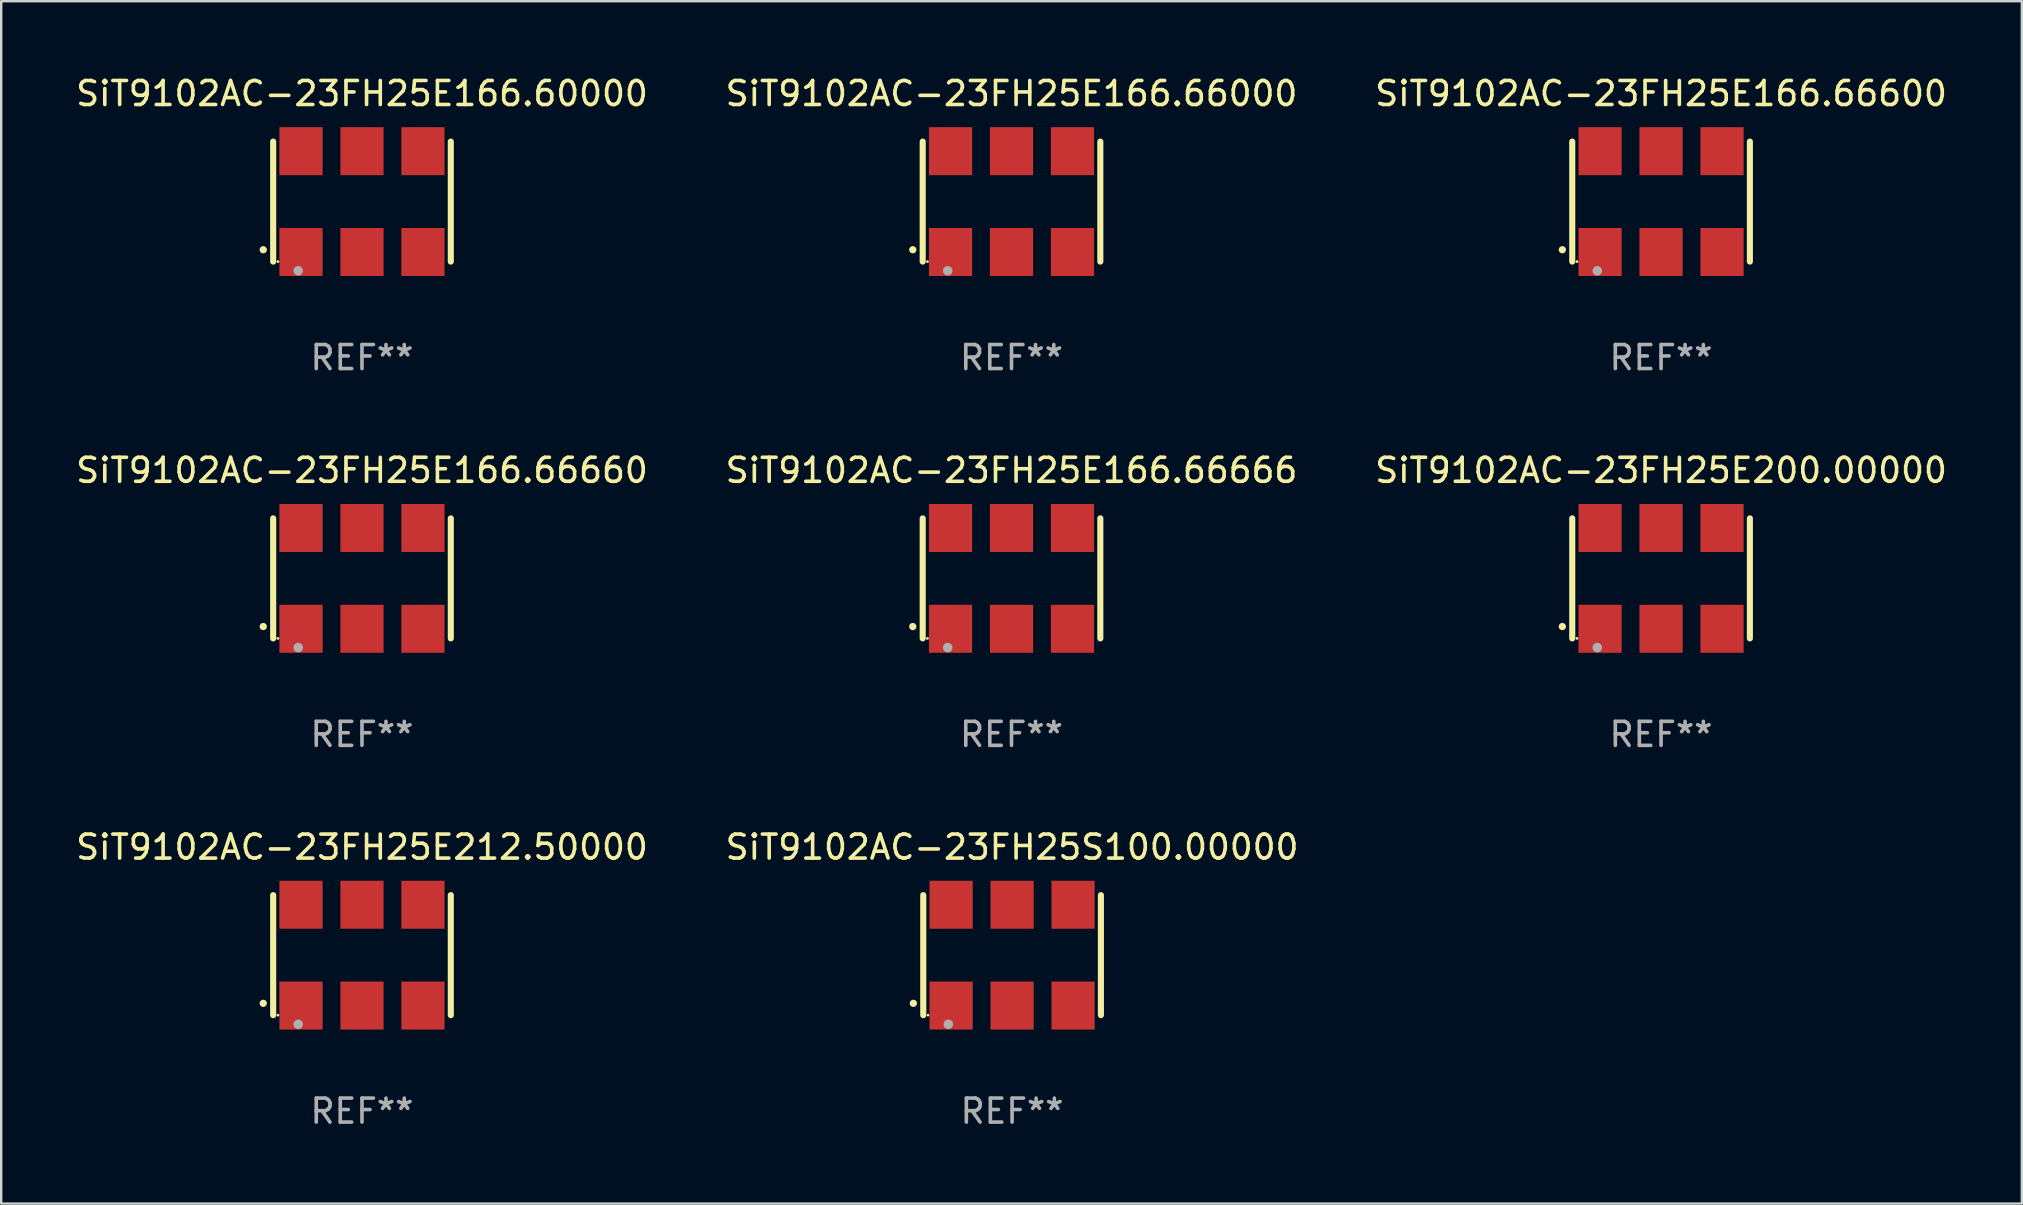
<source format=kicad_pcb>
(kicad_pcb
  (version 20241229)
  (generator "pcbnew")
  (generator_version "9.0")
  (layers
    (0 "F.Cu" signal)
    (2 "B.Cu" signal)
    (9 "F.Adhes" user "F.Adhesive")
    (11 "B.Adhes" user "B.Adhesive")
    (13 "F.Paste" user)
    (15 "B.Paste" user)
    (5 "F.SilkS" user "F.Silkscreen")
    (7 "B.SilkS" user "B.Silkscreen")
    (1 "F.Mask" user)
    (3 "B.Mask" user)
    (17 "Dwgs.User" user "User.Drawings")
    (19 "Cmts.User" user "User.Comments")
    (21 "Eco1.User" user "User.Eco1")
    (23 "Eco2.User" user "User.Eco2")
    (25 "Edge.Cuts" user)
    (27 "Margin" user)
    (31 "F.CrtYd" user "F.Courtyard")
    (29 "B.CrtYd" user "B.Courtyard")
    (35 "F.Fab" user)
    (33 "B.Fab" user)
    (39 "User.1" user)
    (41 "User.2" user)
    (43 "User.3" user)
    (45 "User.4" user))
  (footprint "SiT9102AC-23FH25E166.66600"
    (layer "F.Cu")
    (at 66.149 5.348)
    (property "Reference" "SiT9102AC-23FH25E166.66600" (at 0 -4.5 0) (layer "F.SilkS") (effects (font (size 1 1) (thickness 0.15))))
    (attr through_hole)
    (fp_line (start -3.7 -2.5) (end -3.7 2.5) (stroke (width 0.254) (type solid)) (layer "F.SilkS"))
    (fp_line (start 3.7 -2.5) (end 3.7 2.5) (stroke (width 0.254) (type solid)) (layer "F.SilkS"))
    (fp_arc (start -4.114415 2.006604) (mid -4.113145 2.006599) (end -4.111875 2.006604) (stroke (width 0.3) (type solid)) (layer "F.SilkS"))
    (fp_circle (center -3.502 2.5) (end -3.472 2.5) (stroke (width 0.06) (type solid)) (fill no) (layer "F.SilkS"))
    (fp_circle (center -2.657 2.882) (end -2.557 2.882) (stroke (width 0.2) (type solid)) (fill no) (layer "F.Fab"))
    (fp_text user "REF**" (at 0 6.5 0) (layer "F.Fab") (effects (font (size 1 1) (thickness 0.15))))
    (pad "1" smd rect (at -2.54 2.1) (size 1.8 2) (layers "F.Cu" "F.Mask" "F.Paste"))
    (pad "2" smd rect (at 0.000394 2.1) (size 1.8 2) (layers "F.Cu" "F.Mask" "F.Paste"))
    (pad "3" smd rect (at 2.54 2.1) (size 1.8 2) (layers "F.Cu" "F.Mask" "F.Paste"))
    (pad "4" smd rect (at 2.54 -2.1) (size 1.8 2) (layers "F.Cu" "F.Mask" "F.Paste"))
    (pad "5" smd rect (at 0.000394 -2.1) (size 1.8 2) (layers "F.Cu" "F.Mask" "F.Paste"))
    (pad "6" smd rect (at -2.54 -2.1) (size 1.8 2) (layers "F.Cu" "F.Mask" "F.Paste")))
  (footprint "SiT9102AC-23FH25S100.00000"
    (layer "F.Cu")
    (at 39.113 36.741)
    (property "Reference" "SiT9102AC-23FH25S100.00000" (at 0 -4.5 0) (layer "F.SilkS") (effects (font (size 1 1) (thickness 0.15))))
    (attr through_hole)
    (fp_line (start -3.7 -2.5) (end -3.7 2.5) (stroke (width 0.254) (type solid)) (layer "F.SilkS"))
    (fp_line (start 3.7 -2.5) (end 3.7 2.5) (stroke (width 0.254) (type solid)) (layer "F.SilkS"))
    (fp_arc (start -4.114415 2.006604) (mid -4.113145 2.006599) (end -4.111875 2.006604) (stroke (width 0.3) (type solid)) (layer "F.SilkS"))
    (fp_circle (center -3.502 2.5) (end -3.472 2.5) (stroke (width 0.06) (type solid)) (fill no) (layer "F.SilkS"))
    (fp_circle (center -2.657 2.882) (end -2.557 2.882) (stroke (width 0.2) (type solid)) (fill no) (layer "F.Fab"))
    (fp_text user "REF**" (at 0 6.5 0) (layer "F.Fab") (effects (font (size 1 1) (thickness 0.15))))
    (pad "1" smd rect (at -2.54 2.1) (size 1.8 2) (layers "F.Cu" "F.Mask" "F.Paste"))
    (pad "2" smd rect (at 0.000394 2.1) (size 1.8 2) (layers "F.Cu" "F.Mask" "F.Paste"))
    (pad "3" smd rect (at 2.54 2.1) (size 1.8 2) (layers "F.Cu" "F.Mask" "F.Paste"))
    (pad "4" smd rect (at 2.54 -2.1) (size 1.8 2) (layers "F.Cu" "F.Mask" "F.Paste"))
    (pad "5" smd rect (at 0.000394 -2.1) (size 1.8 2) (layers "F.Cu" "F.Mask" "F.Paste"))
    (pad "6" smd rect (at -2.54 -2.1) (size 1.8 2) (layers "F.Cu" "F.Mask" "F.Paste")))
  (footprint "SiT9102AC-23FH25E166.66666"
    (layer "F.Cu")
    (at 39.089 21.045)
    (property "Reference" "SiT9102AC-23FH25E166.66666" (at 0 -4.5 0) (layer "F.SilkS") (effects (font (size 1 1) (thickness 0.15))))
    (attr through_hole)
    (fp_line (start -3.7 -2.5) (end -3.7 2.5) (stroke (width 0.254) (type solid)) (layer "F.SilkS"))
    (fp_line (start 3.7 -2.5) (end 3.7 2.5) (stroke (width 0.254) (type solid)) (layer "F.SilkS"))
    (fp_arc (start -4.114415 2.006604) (mid -4.113145 2.006599) (end -4.111875 2.006604) (stroke (width 0.3) (type solid)) (layer "F.SilkS"))
    (fp_circle (center -3.502 2.5) (end -3.472 2.5) (stroke (width 0.06) (type solid)) (fill no) (layer "F.SilkS"))
    (fp_circle (center -2.657 2.882) (end -2.557 2.882) (stroke (width 0.2) (type solid)) (fill no) (layer "F.Fab"))
    (fp_text user "REF**" (at 0 6.5 0) (layer "F.Fab") (effects (font (size 1 1) (thickness 0.15))))
    (pad "1" smd rect (at -2.54 2.1) (size 1.8 2) (layers "F.Cu" "F.Mask" "F.Paste"))
    (pad "2" smd rect (at 0.000394 2.1) (size 1.8 2) (layers "F.Cu" "F.Mask" "F.Paste"))
    (pad "3" smd rect (at 2.54 2.1) (size 1.8 2) (layers "F.Cu" "F.Mask" "F.Paste"))
    (pad "4" smd rect (at 2.54 -2.1) (size 1.8 2) (layers "F.Cu" "F.Mask" "F.Paste"))
    (pad "5" smd rect (at 0.000394 -2.1) (size 1.8 2) (layers "F.Cu" "F.Mask" "F.Paste"))
    (pad "6" smd rect (at -2.54 -2.1) (size 1.8 2) (layers "F.Cu" "F.Mask" "F.Paste")))
  (footprint "SiT9102AC-23FH25E166.66660"
    (layer "F.Cu")
    (at 12.03 21.045)
    (property "Reference" "SiT9102AC-23FH25E166.66660" (at 0 -4.5 0) (layer "F.SilkS") (effects (font (size 1 1) (thickness 0.15))))
    (attr through_hole)
    (fp_line (start -3.7 -2.5) (end -3.7 2.5) (stroke (width 0.254) (type solid)) (layer "F.SilkS"))
    (fp_line (start 3.7 -2.5) (end 3.7 2.5) (stroke (width 0.254) (type solid)) (layer "F.SilkS"))
    (fp_arc (start -4.114415 2.006604) (mid -4.113145 2.006599) (end -4.111875 2.006604) (stroke (width 0.3) (type solid)) (layer "F.SilkS"))
    (fp_circle (center -3.502 2.5) (end -3.472 2.5) (stroke (width 0.06) (type solid)) (fill no) (layer "F.SilkS"))
    (fp_circle (center -2.657 2.882) (end -2.557 2.882) (stroke (width 0.2) (type solid)) (fill no) (layer "F.Fab"))
    (fp_text user "REF**" (at 0 6.5 0) (layer "F.Fab") (effects (font (size 1 1) (thickness 0.15))))
    (pad "1" smd rect (at -2.54 2.1) (size 1.8 2) (layers "F.Cu" "F.Mask" "F.Paste"))
    (pad "2" smd rect (at 0.000394 2.1) (size 1.8 2) (layers "F.Cu" "F.Mask" "F.Paste"))
    (pad "3" smd rect (at 2.54 2.1) (size 1.8 2) (layers "F.Cu" "F.Mask" "F.Paste"))
    (pad "4" smd rect (at 2.54 -2.1) (size 1.8 2) (layers "F.Cu" "F.Mask" "F.Paste"))
    (pad "5" smd rect (at 0.000394 -2.1) (size 1.8 2) (layers "F.Cu" "F.Mask" "F.Paste"))
    (pad "6" smd rect (at -2.54 -2.1) (size 1.8 2) (layers "F.Cu" "F.Mask" "F.Paste")))
  (footprint "SiT9102AC-23FH25E212.50000"
    (layer "F.Cu")
    (at 12.03 36.741)
    (property "Reference" "SiT9102AC-23FH25E212.50000" (at 0 -4.5 0) (layer "F.SilkS") (effects (font (size 1 1) (thickness 0.15))))
    (attr through_hole)
    (fp_line (start -3.7 -2.5) (end -3.7 2.5) (stroke (width 0.254) (type solid)) (layer "F.SilkS"))
    (fp_line (start 3.7 -2.5) (end 3.7 2.5) (stroke (width 0.254) (type solid)) (layer "F.SilkS"))
    (fp_arc (start -4.114415 2.006604) (mid -4.113145 2.006599) (end -4.111875 2.006604) (stroke (width 0.3) (type solid)) (layer "F.SilkS"))
    (fp_circle (center -3.502 2.5) (end -3.472 2.5) (stroke (width 0.06) (type solid)) (fill no) (layer "F.SilkS"))
    (fp_circle (center -2.657 2.882) (end -2.557 2.882) (stroke (width 0.2) (type solid)) (fill no) (layer "F.Fab"))
    (fp_text user "REF**" (at 0 6.5 0) (layer "F.Fab") (effects (font (size 1 1) (thickness 0.15))))
    (pad "1" smd rect (at -2.54 2.1) (size 1.8 2) (layers "F.Cu" "F.Mask" "F.Paste"))
    (pad "2" smd rect (at 0.000394 2.1) (size 1.8 2) (layers "F.Cu" "F.Mask" "F.Paste"))
    (pad "3" smd rect (at 2.54 2.1) (size 1.8 2) (layers "F.Cu" "F.Mask" "F.Paste"))
    (pad "4" smd rect (at 2.54 -2.1) (size 1.8 2) (layers "F.Cu" "F.Mask" "F.Paste"))
    (pad "5" smd rect (at 0.000394 -2.1) (size 1.8 2) (layers "F.Cu" "F.Mask" "F.Paste"))
    (pad "6" smd rect (at -2.54 -2.1) (size 1.8 2) (layers "F.Cu" "F.Mask" "F.Paste")))
  (footprint "SiT9102AC-23FH25E200.00000"
    (layer "F.Cu")
    (at 66.149 21.045)
    (property "Reference" "SiT9102AC-23FH25E200.00000" (at 0 -4.5 0) (layer "F.SilkS") (effects (font (size 1 1) (thickness 0.15))))
    (attr through_hole)
    (fp_line (start -3.7 -2.5) (end -3.7 2.5) (stroke (width 0.254) (type solid)) (layer "F.SilkS"))
    (fp_line (start 3.7 -2.5) (end 3.7 2.5) (stroke (width 0.254) (type solid)) (layer "F.SilkS"))
    (fp_arc (start -4.114415 2.006604) (mid -4.113145 2.006599) (end -4.111875 2.006604) (stroke (width 0.3) (type solid)) (layer "F.SilkS"))
    (fp_circle (center -3.502 2.5) (end -3.472 2.5) (stroke (width 0.06) (type solid)) (fill no) (layer "F.SilkS"))
    (fp_circle (center -2.657 2.882) (end -2.557 2.882) (stroke (width 0.2) (type solid)) (fill no) (layer "F.Fab"))
    (fp_text user "REF**" (at 0 6.5 0) (layer "F.Fab") (effects (font (size 1 1) (thickness 0.15))))
    (pad "1" smd rect (at -2.54 2.1) (size 1.8 2) (layers "F.Cu" "F.Mask" "F.Paste"))
    (pad "2" smd rect (at 0.000394 2.1) (size 1.8 2) (layers "F.Cu" "F.Mask" "F.Paste"))
    (pad "3" smd rect (at 2.54 2.1) (size 1.8 2) (layers "F.Cu" "F.Mask" "F.Paste"))
    (pad "4" smd rect (at 2.54 -2.1) (size 1.8 2) (layers "F.Cu" "F.Mask" "F.Paste"))
    (pad "5" smd rect (at 0.000394 -2.1) (size 1.8 2) (layers "F.Cu" "F.Mask" "F.Paste"))
    (pad "6" smd rect (at -2.54 -2.1) (size 1.8 2) (layers "F.Cu" "F.Mask" "F.Paste")))
  (footprint "SiT9102AC-23FH25E166.66000"
    (layer "F.Cu")
    (at 39.089 5.348)
    (property "Reference" "SiT9102AC-23FH25E166.66000" (at 0 -4.5 0) (layer "F.SilkS") (effects (font (size 1 1) (thickness 0.15))))
    (attr through_hole)
    (fp_line (start -3.7 -2.5) (end -3.7 2.5) (stroke (width 0.254) (type solid)) (layer "F.SilkS"))
    (fp_line (start 3.7 -2.5) (end 3.7 2.5) (stroke (width 0.254) (type solid)) (layer "F.SilkS"))
    (fp_arc (start -4.114415 2.006604) (mid -4.113145 2.006599) (end -4.111875 2.006604) (stroke (width 0.3) (type solid)) (layer "F.SilkS"))
    (fp_circle (center -3.502 2.5) (end -3.472 2.5) (stroke (width 0.06) (type solid)) (fill no) (layer "F.SilkS"))
    (fp_circle (center -2.657 2.882) (end -2.557 2.882) (stroke (width 0.2) (type solid)) (fill no) (layer "F.Fab"))
    (fp_text user "REF**" (at 0 6.5 0) (layer "F.Fab") (effects (font (size 1 1) (thickness 0.15))))
    (pad "1" smd rect (at -2.54 2.1) (size 1.8 2) (layers "F.Cu" "F.Mask" "F.Paste"))
    (pad "2" smd rect (at 0.000394 2.1) (size 1.8 2) (layers "F.Cu" "F.Mask" "F.Paste"))
    (pad "3" smd rect (at 2.54 2.1) (size 1.8 2) (layers "F.Cu" "F.Mask" "F.Paste"))
    (pad "4" smd rect (at 2.54 -2.1) (size 1.8 2) (layers "F.Cu" "F.Mask" "F.Paste"))
    (pad "5" smd rect (at 0.000394 -2.1) (size 1.8 2) (layers "F.Cu" "F.Mask" "F.Paste"))
    (pad "6" smd rect (at -2.54 -2.1) (size 1.8 2) (layers "F.Cu" "F.Mask" "F.Paste")))
  (footprint "SiT9102AC-23FH25E166.60000"
    (layer "F.Cu")
    (at 12.03 5.348)
    (property "Reference" "SiT9102AC-23FH25E166.60000" (at 0 -4.5 0) (layer "F.SilkS") (effects (font (size 1 1) (thickness 0.15))))
    (attr through_hole)
    (fp_line (start -3.7 -2.5) (end -3.7 2.5) (stroke (width 0.254) (type solid)) (layer "F.SilkS"))
    (fp_line (start 3.7 -2.5) (end 3.7 2.5) (stroke (width 0.254) (type solid)) (layer "F.SilkS"))
    (fp_arc (start -4.114415 2.006604) (mid -4.113145 2.006599) (end -4.111875 2.006604) (stroke (width 0.3) (type solid)) (layer "F.SilkS"))
    (fp_circle (center -3.502 2.5) (end -3.472 2.5) (stroke (width 0.06) (type solid)) (fill no) (layer "F.SilkS"))
    (fp_circle (center -2.657 2.882) (end -2.557 2.882) (stroke (width 0.2) (type solid)) (fill no) (layer "F.Fab"))
    (fp_text user "REF**" (at 0 6.5 0) (layer "F.Fab") (effects (font (size 1 1) (thickness 0.15))))
    (pad "1" smd rect (at -2.54 2.1) (size 1.8 2) (layers "F.Cu" "F.Mask" "F.Paste"))
    (pad "2" smd rect (at 0.000394 2.1) (size 1.8 2) (layers "F.Cu" "F.Mask" "F.Paste"))
    (pad "3" smd rect (at 2.54 2.1) (size 1.8 2) (layers "F.Cu" "F.Mask" "F.Paste"))
    (pad "4" smd rect (at 2.54 -2.1) (size 1.8 2) (layers "F.Cu" "F.Mask" "F.Paste"))
    (pad "5" smd rect (at 0.000394 -2.1) (size 1.8 2) (layers "F.Cu" "F.Mask" "F.Paste"))
    (pad "6" smd rect (at -2.54 -2.1) (size 1.8 2) (layers "F.Cu" "F.Mask" "F.Paste")))
  (gr_rect
    (start -3 -3)
    (end 81.179 47.09)
    (stroke (width 0.1) (type default))
    (fill no)
    (layer "Edge.Cuts")))
</source>
